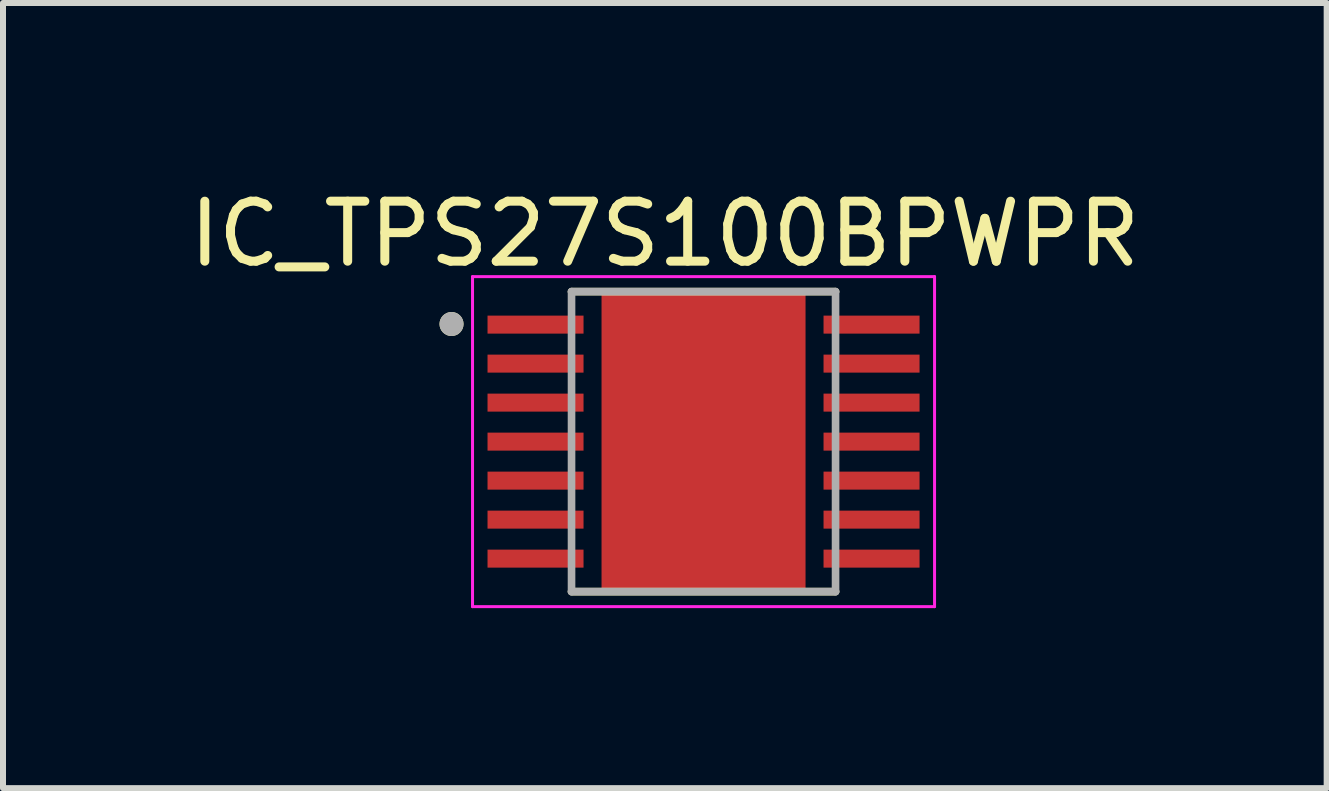
<source format=kicad_pcb>
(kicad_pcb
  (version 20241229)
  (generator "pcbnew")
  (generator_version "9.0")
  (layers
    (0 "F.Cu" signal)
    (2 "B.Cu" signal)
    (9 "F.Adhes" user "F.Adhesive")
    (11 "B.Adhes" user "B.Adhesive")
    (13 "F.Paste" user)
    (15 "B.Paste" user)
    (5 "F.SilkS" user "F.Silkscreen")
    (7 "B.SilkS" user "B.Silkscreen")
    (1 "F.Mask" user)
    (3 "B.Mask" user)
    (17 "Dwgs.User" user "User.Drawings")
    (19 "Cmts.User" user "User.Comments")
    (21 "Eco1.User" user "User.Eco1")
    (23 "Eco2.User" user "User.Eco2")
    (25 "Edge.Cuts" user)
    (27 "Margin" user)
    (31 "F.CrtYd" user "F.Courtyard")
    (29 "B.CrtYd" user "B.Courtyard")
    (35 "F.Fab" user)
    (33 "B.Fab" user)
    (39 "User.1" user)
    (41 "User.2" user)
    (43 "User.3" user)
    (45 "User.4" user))
  (footprint "IC_TPS27S100BPWPR"
    (layer "F.Cu")
    (at 8.675 4.31)
    (property "Reference" "IC_TPS27S100BPWPR" (at -0.645 -3.462 0) (layer "F.SilkS") (effects (font (size 1 1) (thickness 0.15))))
    (attr smd)
    (fp_poly (pts (xy -1.23 -1.155) (xy 1.23 -1.155) (xy 1.23 1.155) (xy -1.23 1.155)) (stroke (width 0.01) (type solid)) (fill yes) (layer "F.Mask"))
    (fp_line (start -2.2 -2.5) (end 2.2 -2.5) (stroke (width 0.127) (type solid)) (layer "F.SilkS"))
    (fp_line (start -2.2 2.5) (end 2.2 2.5) (stroke (width 0.127) (type solid)) (layer "F.SilkS"))
    (fp_circle (center -4.2 -1.96) (end -4.1 -1.96) (stroke (width 0.2) (type solid)) (fill no) (layer "F.SilkS"))
    (fp_poly (pts (xy -3.575 -2.075) (xy -2.025 -2.075) (xy -2.025 -1.825) (xy -3.575 -1.825)) (stroke (width 0.01) (type solid)) (fill yes) (layer "F.Paste"))
    (fp_poly (pts (xy -3.575 -1.425) (xy -2.025 -1.425) (xy -2.025 -1.175) (xy -3.575 -1.175)) (stroke (width 0.01) (type solid)) (fill yes) (layer "F.Paste"))
    (fp_poly (pts (xy -3.575 -0.775) (xy -2.025 -0.775) (xy -2.025 -0.525) (xy -3.575 -0.525)) (stroke (width 0.01) (type solid)) (fill yes) (layer "F.Paste"))
    (fp_poly (pts (xy -3.575 -0.125) (xy -2.025 -0.125) (xy -2.025 0.125) (xy -3.575 0.125)) (stroke (width 0.01) (type solid)) (fill yes) (layer "F.Paste"))
    (fp_poly (pts (xy -3.575 0.525) (xy -2.025 0.525) (xy -2.025 0.775) (xy -3.575 0.775)) (stroke (width 0.01) (type solid)) (fill yes) (layer "F.Paste"))
    (fp_poly (pts (xy -3.575 1.175) (xy -2.025 1.175) (xy -2.025 1.425) (xy -3.575 1.425)) (stroke (width 0.01) (type solid)) (fill yes) (layer "F.Paste"))
    (fp_poly (pts (xy -3.575 1.825) (xy -2.025 1.825) (xy -2.025 2.075) (xy -3.575 2.075)) (stroke (width 0.01) (type solid)) (fill yes) (layer "F.Paste"))
    (fp_poly (pts (xy -1.23 -1.155) (xy 1.23 -1.155) (xy 1.23 1.155) (xy -1.23 1.155)) (stroke (width 0.01) (type solid)) (fill yes) (layer "F.Paste"))
    (fp_poly (pts (xy 2.025 -2.075) (xy 3.575 -2.075) (xy 3.575 -1.825) (xy 2.025 -1.825)) (stroke (width 0.01) (type solid)) (fill yes) (layer "F.Paste"))
    (fp_poly (pts (xy 2.025 -1.425) (xy 3.575 -1.425) (xy 3.575 -1.175) (xy 2.025 -1.175)) (stroke (width 0.01) (type solid)) (fill yes) (layer "F.Paste"))
    (fp_poly (pts (xy 2.025 -0.775) (xy 3.575 -0.775) (xy 3.575 -0.525) (xy 2.025 -0.525)) (stroke (width 0.01) (type solid)) (fill yes) (layer "F.Paste"))
    (fp_poly (pts (xy 2.025 -0.125) (xy 3.575 -0.125) (xy 3.575 0.125) (xy 2.025 0.125)) (stroke (width 0.01) (type solid)) (fill yes) (layer "F.Paste"))
    (fp_poly (pts (xy 2.025 0.525) (xy 3.575 0.525) (xy 3.575 0.775) (xy 2.025 0.775)) (stroke (width 0.01) (type solid)) (fill yes) (layer "F.Paste"))
    (fp_poly (pts (xy 2.025 1.175) (xy 3.575 1.175) (xy 3.575 1.425) (xy 2.025 1.425)) (stroke (width 0.01) (type solid)) (fill yes) (layer "F.Paste"))
    (fp_poly (pts (xy 2.025 1.825) (xy 3.575 1.825) (xy 3.575 2.075) (xy 2.025 2.075)) (stroke (width 0.01) (type solid)) (fill yes) (layer "F.Paste"))
    (fp_line (start -3.85 -2.75) (end -3.85 2.75) (stroke (width 0.05) (type solid)) (layer "F.CrtYd"))
    (fp_line (start -3.85 -2.75) (end 3.85 -2.75) (stroke (width 0.05) (type solid)) (layer "F.CrtYd"))
    (fp_line (start -3.85 2.75) (end 3.85 2.75) (stroke (width 0.05) (type solid)) (layer "F.CrtYd"))
    (fp_line (start 3.85 -2.75) (end 3.85 2.75) (stroke (width 0.05) (type solid)) (layer "F.CrtYd"))
    (fp_line (start -2.2 -2.5) (end -2.2 2.5) (stroke (width 0.127) (type solid)) (layer "F.Fab"))
    (fp_line (start -2.2 -2.5) (end 2.2 -2.5) (stroke (width 0.127) (type solid)) (layer "F.Fab"))
    (fp_line (start -2.2 2.5) (end 2.2 2.5) (stroke (width 0.127) (type solid)) (layer "F.Fab"))
    (fp_line (start 2.2 -2.5) (end 2.2 2.5) (stroke (width 0.127) (type solid)) (layer "F.Fab"))
    (fp_circle (center -4.2 -1.96) (end -4.1 -1.96) (stroke (width 0.2) (type solid)) (fill no) (layer "F.Fab"))
    (pad "1" smd rect (at -2.8 -1.95) (size 1.6 0.3) (layers "F.Cu" "F.Mask"))
    (pad "2" smd rect (at -2.8 -1.3) (size 1.6 0.3) (layers "F.Cu" "F.Mask"))
    (pad "3" smd rect (at -2.8 -0.65) (size 1.6 0.3) (layers "F.Cu" "F.Mask"))
    (pad "4" smd rect (at -2.8 0) (size 1.6 0.3) (layers "F.Cu" "F.Mask"))
    (pad "5" smd rect (at -2.8 0.65) (size 1.6 0.3) (layers "F.Cu" "F.Mask"))
    (pad "6" smd rect (at -2.8 1.3) (size 1.6 0.3) (layers "F.Cu" "F.Mask"))
    (pad "7" smd rect (at -2.8 1.95) (size 1.6 0.3) (layers "F.Cu" "F.Mask"))
    (pad "8" smd rect (at 2.8 1.95) (size 1.6 0.3) (layers "F.Cu" "F.Mask"))
    (pad "9" smd rect (at 2.8 1.3) (size 1.6 0.3) (layers "F.Cu" "F.Mask"))
    (pad "10" smd rect (at 2.8 0.65) (size 1.6 0.3) (layers "F.Cu" "F.Mask"))
    (pad "11" smd rect (at 2.8 0) (size 1.6 0.3) (layers "F.Cu" "F.Mask"))
    (pad "12" smd rect (at 2.8 -0.65) (size 1.6 0.3) (layers "F.Cu" "F.Mask"))
    (pad "13" smd rect (at 2.8 -1.3) (size 1.6 0.3) (layers "F.Cu" "F.Mask"))
    (pad "14" smd rect (at 2.8 -1.95) (size 1.6 0.3) (layers "F.Cu" "F.Mask"))
    (pad "15" smd rect (at 0 0) (size 3.4 5) (layers "F.Cu")))
  (gr_rect
    (start -3 -3)
    (end 19.06 10.085)
    (stroke (width 0.1) (type default))
    (fill no)
    (layer "Edge.Cuts")))
</source>
